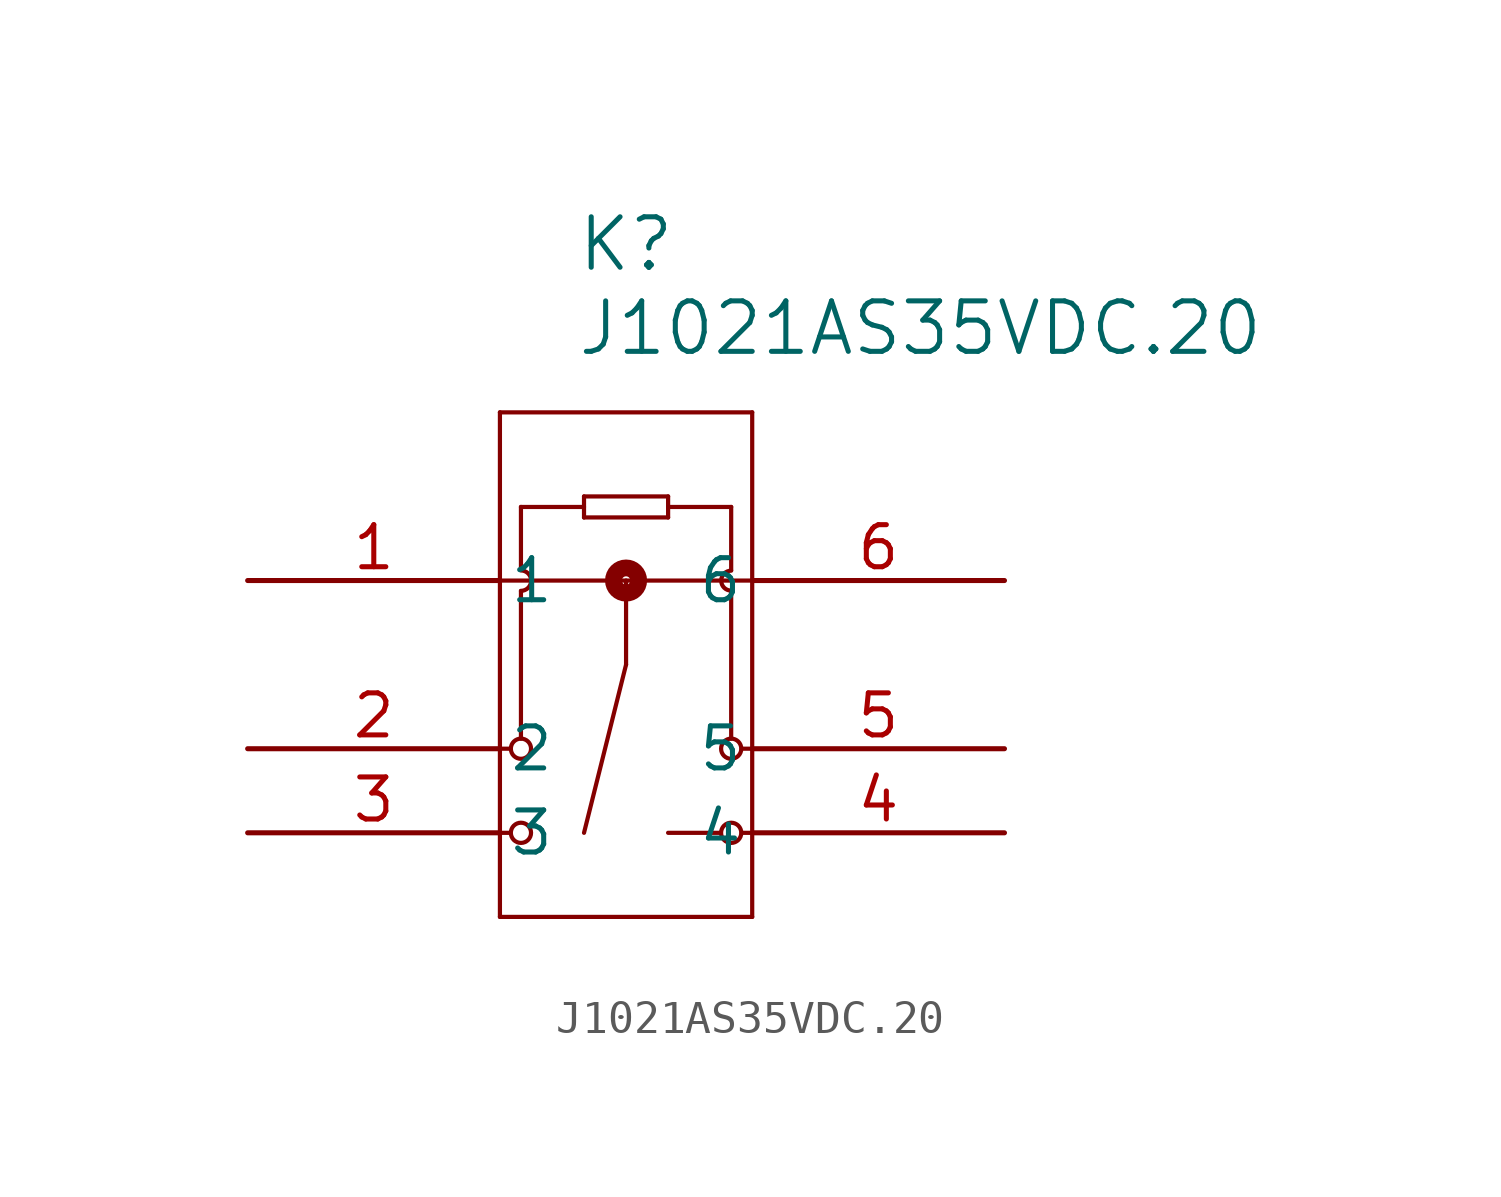
<source format=kicad_sym>
(kicad_symbol_lib
  (version 20211014)
  (generator kicad_symbol_editor)
  (symbol "J1021AS35VDC.20"
    (pin_names
      (offset 0.254))
    (property "Reference" "K"
      (at 11.43 10.16 0)
      (effects (font (size 1.524 1.524))))
    (property "Value" "J1021AS35VDC.20"
      (at 20.32 7.62 0)
      (effects (font (size 1.524 1.524))))
    (symbol "J1021AS35VDC.20_0_1"
      (polyline (pts (xy 7.62 5.08) (xy 7.62 -10.16)) (stroke (width 0.127) (type default) (color 0 0 0 0)) (fill (type none)))
      (polyline (pts (xy 7.62 -10.16) (xy 15.24 -10.16)) (stroke (width 0.127) (type default) (color 0 0 0 0)) (fill (type none)))
      (polyline (pts (xy 15.24 -10.16) (xy 15.24 5.08)) (stroke (width 0.127) (type default) (color 0 0 0 0)) (fill (type none)))
      (polyline (pts (xy 15.24 5.08) (xy 7.62 5.08)) (stroke (width 0.127) (type default) (color 0 0 0 0)) (fill (type none)))
      (polyline (pts (xy 14.287 -7.62) (xy 12.7 -7.62)) (stroke (width 0.127) (type default) (color 0 0 0 0)) (fill (type none)))
      (polyline (pts (xy 7.62 -7.62) (xy 7.938 -7.62)) (stroke (width 0.127) (type default) (color 0 0 0 0)) (fill (type none)))
      (polyline (pts (xy 7.62 -5.08) (xy 7.938 -5.08)) (stroke (width 0.127) (type default) (color 0 0 0 0)) (fill (type none)))
      (polyline (pts (xy 7.62 0) (xy 15.24 0)) (stroke (width 0.127) (type default) (color 0 0 0 0)) (fill (type none)))
      (circle (center 11.43 0) (radius 0.127) (stroke (width 0.508) (type default) (color 0 0 0 0)) (fill (type none)))
      (polyline (pts (xy 11.43 0) (xy 11.43 -2.54)) (stroke (width 0.127) (type default) (color 0 0 0 0)) (fill (type none)))
      (polyline (pts (xy 11.43 -2.54) (xy 10.16 -7.62)) (stroke (width 0.127) (type default) (color 0 0 0 0)) (fill (type none)))
      (circle (center 8.255 -5.08) (radius 0.305) (stroke (width 0.127) (type default) (color 0 0 0 0)) (fill (type none)))
      (circle (center 8.255 -7.62) (radius 0.305) (stroke (width 0.127) (type default) (color 0 0 0 0)) (fill (type none)))
      (circle (center 14.605 -7.62) (radius 0.305) (stroke (width 0.127) (type default) (color 0 0 0 0)) (fill (type none)))
      (polyline (pts (xy 14.922 -7.62) (xy 15.24 -7.62)) (stroke (width 0.127) (type default) (color 0 0 0 0)) (fill (type none)))
      (polyline (pts (xy 15.24 -5.08) (xy 14.922 -5.08)) (stroke (width 0.127) (type default) (color 0 0 0 0)) (fill (type none)))
      (circle (center 14.605 -5.08) (radius 0.305) (stroke (width 0.127) (type default) (color 0 0 0 0)) (fill (type none)))
      (polyline (pts (xy 10.16 2.54) (xy 12.7 2.54)) (stroke (width 0.127) (type default) (color 0 0 0 0)) (fill (type none)))
      (polyline (pts (xy 12.7 1.905) (xy 10.16 1.905)) (stroke (width 0.127) (type default) (color 0 0 0 0)) (fill (type none)))
      (polyline (pts (xy 10.16 2.54) (xy 10.16 1.905)) (stroke (width 0.127) (type default) (color 0 0 0 0)) (fill (type none)))
      (polyline (pts (xy 12.7 2.54) (xy 12.7 1.905)) (stroke (width 0.127) (type default) (color 0 0 0 0)) (fill (type none)))
      (polyline (pts (xy 8.255 -0.318) (xy 8.255 -4.775)) (stroke (width 0.127) (type default) (color 0 0 0 0)) (fill (type none)))
      (polyline (pts (xy 14.605 -0.318) (xy 14.605 -4.775)) (stroke (width 0.127) (type default) (color 0 0 0 0)) (fill (type none)))
      (polyline (pts (xy 8.255 2.223) (xy 8.255 0.318)) (stroke (width 0.127) (type default) (color 0 0 0 0)) (fill (type none)))
      (polyline (pts (xy 14.605 2.223) (xy 14.605 0.318)) (stroke (width 0.127) (type default) (color 0 0 0 0)) (fill (type none)))
      (polyline (pts (xy 8.255 2.223) (xy 10.16 2.223)) (stroke (width 0.127) (type default) (color 0 0 0 0)) (fill (type none)))
      (polyline (pts (xy 12.7 2.223) (xy 14.605 2.223)) (stroke (width 0.127) (type default) (color 0 0 0 0)) (fill (type none)))
      (arc (start 8.255 -0.3048) (mid 8.5598 0) (end 8.255 0.3048) (stroke (width 0.127) (type default) (color 0 0 0 0)) (fill (type none)))
      (arc (start 14.605 0.3048) (mid 14.3002 0) (end 14.605 -0.3048) (stroke (width 0.127) (type default) (color 0 0 0 0)) (fill (type none)))
      (pin unspecified line (at 0 0 0) (length 7.62) (name "1" (effects (font (size 1.27 1.27)))) (number "1" (effects (font (size 1.27 1.27)))))
      (pin unspecified line (at 0 -5.08 0) (length 7.62) (name "2" (effects (font (size 1.27 1.27)))) (number "2" (effects (font (size 1.27 1.27)))))
      (pin unspecified line (at 0 -7.62 0) (length 7.62) (name "3" (effects (font (size 1.27 1.27)))) (number "3" (effects (font (size 1.27 1.27)))))
      (pin unspecified line (at 22.86 -7.62 180) (length 7.62) (name "4" (effects (font (size 1.27 1.27)))) (number "4" (effects (font (size 1.27 1.27)))))
      (pin unspecified line (at 22.86 -5.08 180) (length 7.62) (name "5" (effects (font (size 1.27 1.27)))) (number "5" (effects (font (size 1.27 1.27)))))
      (pin unspecified line (at 22.86 0 180) (length 7.62) (name "6" (effects (font (size 1.27 1.27)))) (number "6" (effects (font (size 1.27 1.27))))))))
</source>
